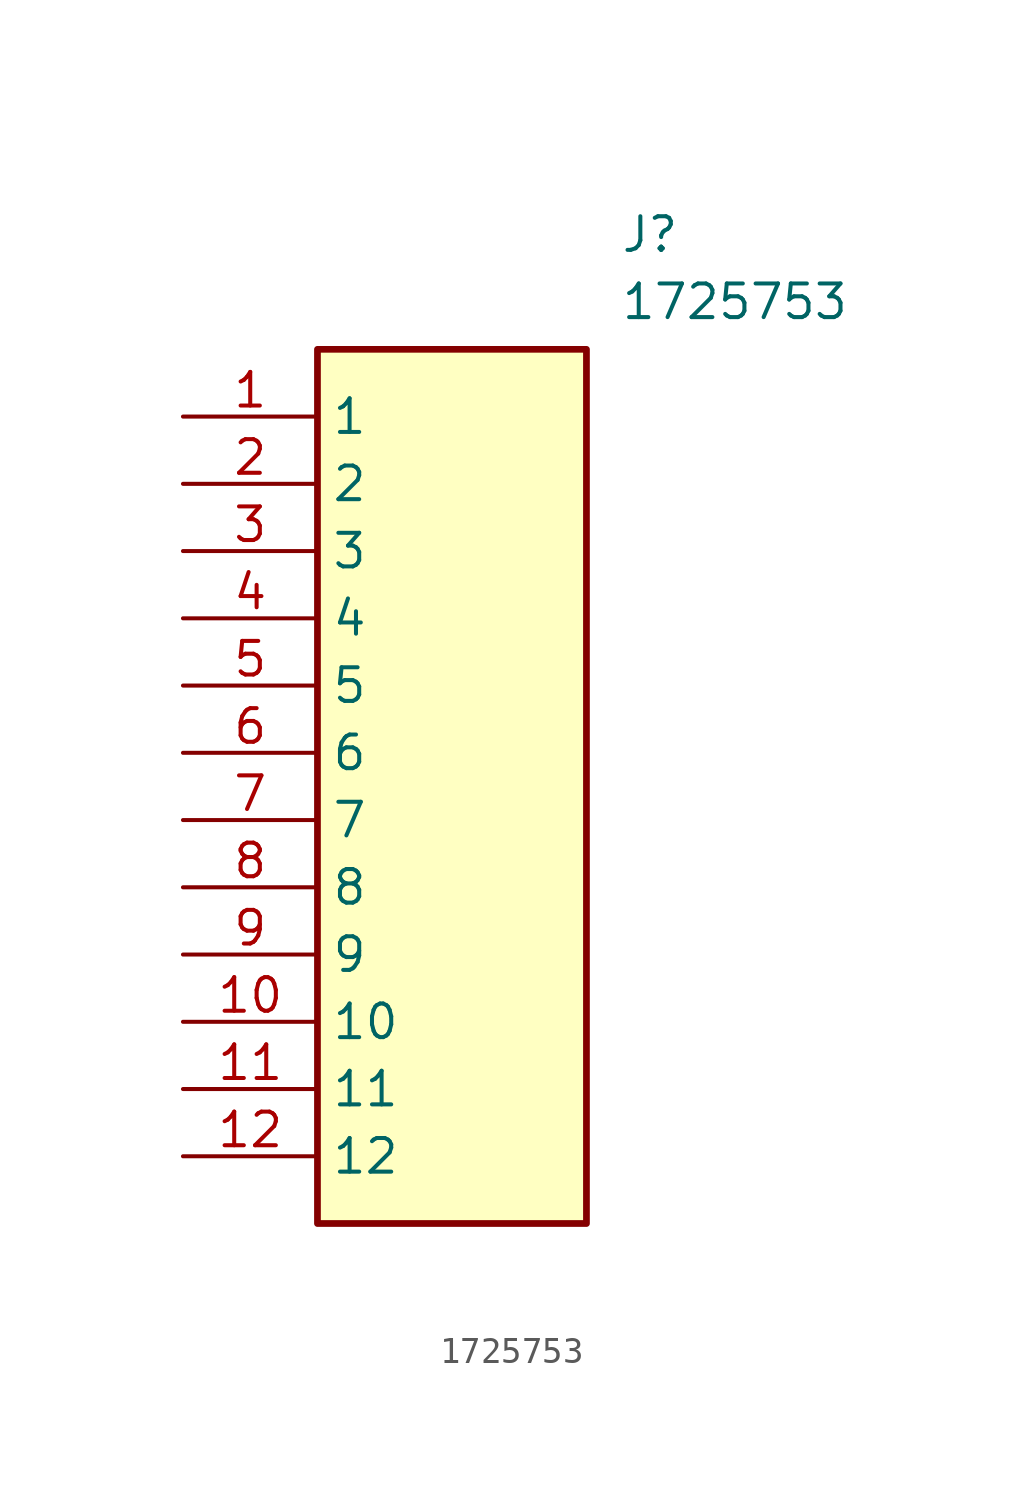
<source format=kicad_sym>
(kicad_symbol_lib
  (version 20211014)
  (generator SamacSys_ECAD_Model)
  (symbol "1725753"
    (property "Reference" "J"
      (at 16.51 7.62 0)
      (effects (font (size 1.27 1.27)) (justify left top)))
    (property "Value" "1725753"
      (at 16.51 5.08 0)
      (effects (font (size 1.27 1.27)) (justify left top)))
    (rectangle
      (start 5.08 2.54)
      (end 15.24 -30.48)
      (stroke (width 0.254) (type default))
      (fill (type background)))
    (pin passive line
      (at 0 0 0)
      (length 5.08)
      (name "1" (effects (font (size 1.27 1.27))))
      (number "1" (effects (font (size 1.27 1.27)))))
    (pin passive line
      (at 0 -2.54 0)
      (length 5.08)
      (name "2" (effects (font (size 1.27 1.27))))
      (number "2" (effects (font (size 1.27 1.27)))))
    (pin passive line
      (at 0 -5.08 0)
      (length 5.08)
      (name "3" (effects (font (size 1.27 1.27))))
      (number "3" (effects (font (size 1.27 1.27)))))
    (pin passive line
      (at 0 -7.62 0)
      (length 5.08)
      (name "4" (effects (font (size 1.27 1.27))))
      (number "4" (effects (font (size 1.27 1.27)))))
    (pin passive line
      (at 0 -10.16 0)
      (length 5.08)
      (name "5" (effects (font (size 1.27 1.27))))
      (number "5" (effects (font (size 1.27 1.27)))))
    (pin passive line
      (at 0 -12.7 0)
      (length 5.08)
      (name "6" (effects (font (size 1.27 1.27))))
      (number "6" (effects (font (size 1.27 1.27)))))
    (pin passive line
      (at 0 -15.24 0)
      (length 5.08)
      (name "7" (effects (font (size 1.27 1.27))))
      (number "7" (effects (font (size 1.27 1.27)))))
    (pin passive line
      (at 0 -17.78 0)
      (length 5.08)
      (name "8" (effects (font (size 1.27 1.27))))
      (number "8" (effects (font (size 1.27 1.27)))))
    (pin passive line
      (at 0 -20.32 0)
      (length 5.08)
      (name "9" (effects (font (size 1.27 1.27))))
      (number "9" (effects (font (size 1.27 1.27)))))
    (pin passive line
      (at 0 -22.86 0)
      (length 5.08)
      (name "10" (effects (font (size 1.27 1.27))))
      (number "10" (effects (font (size 1.27 1.27)))))
    (pin passive line
      (at 0 -25.4 0)
      (length 5.08)
      (name "11" (effects (font (size 1.27 1.27))))
      (number "11" (effects (font (size 1.27 1.27)))))
    (pin passive line
      (at 0 -27.94 0)
      (length 5.08)
      (name "12" (effects (font (size 1.27 1.27))))
      (number "12" (effects (font (size 1.27 1.27)))))))
</source>
